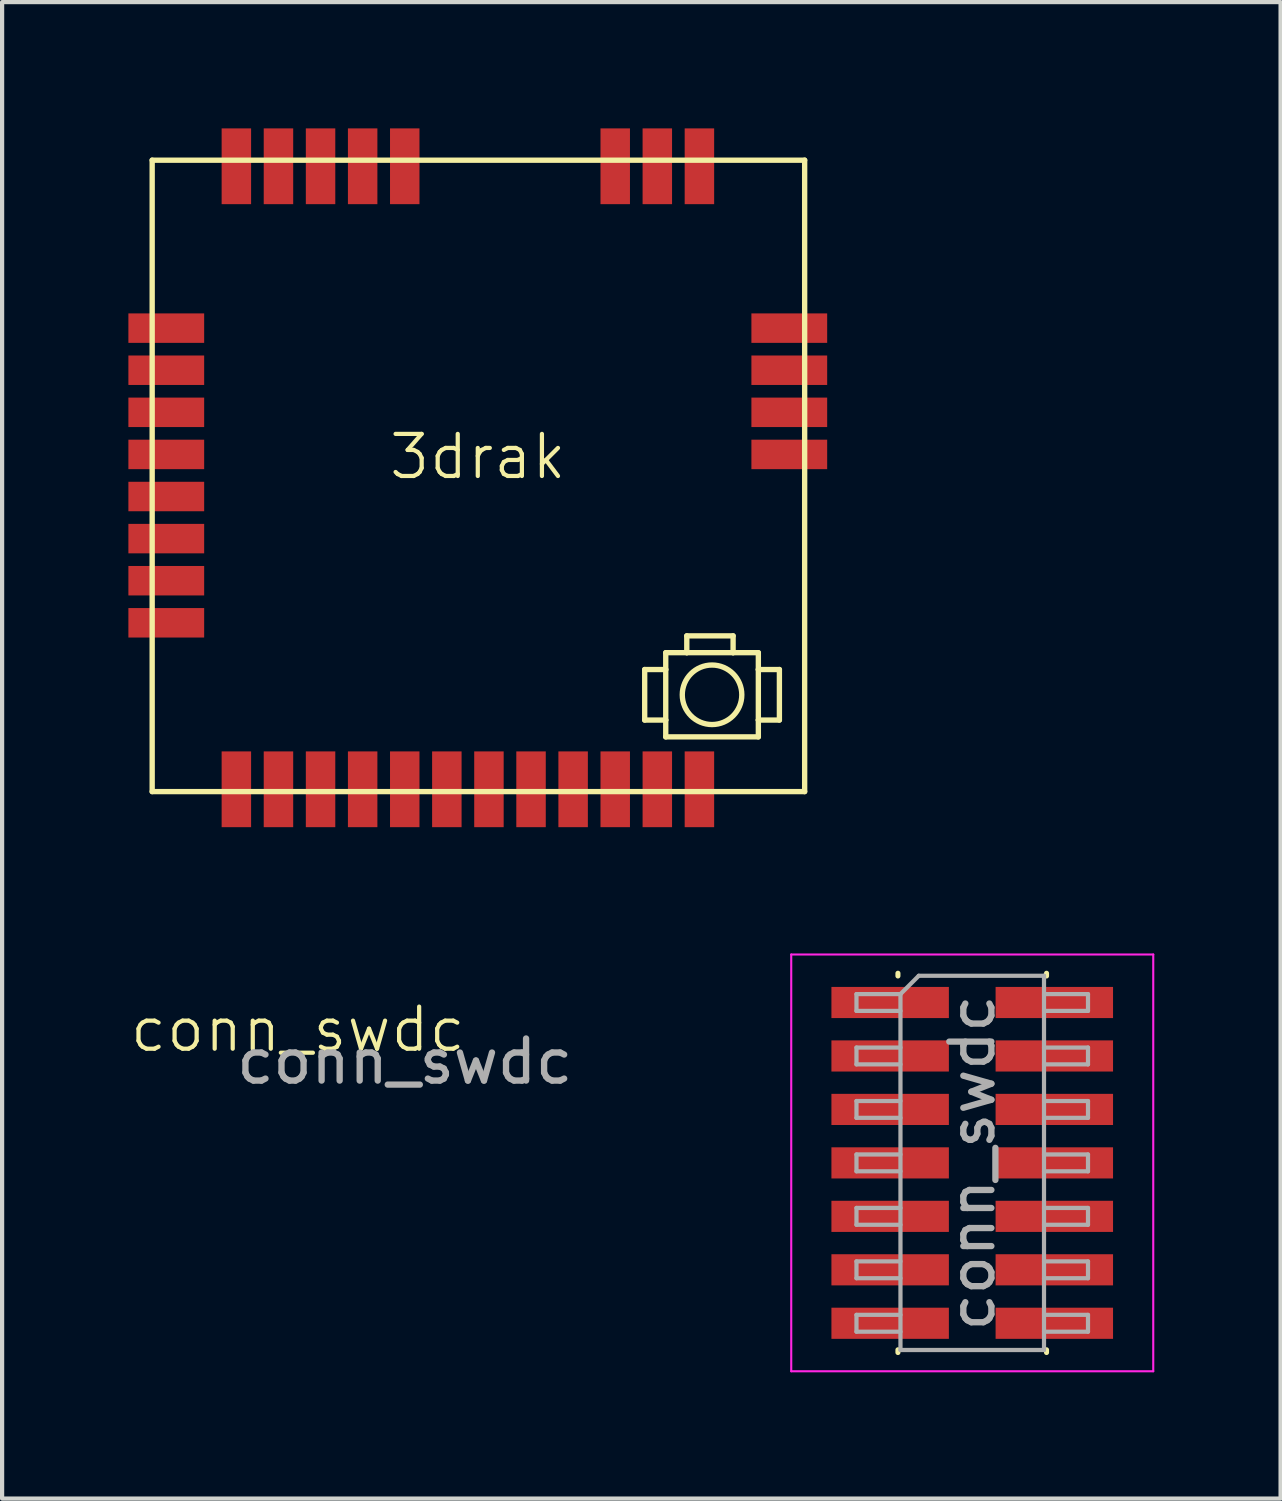
<source format=kicad_pcb>
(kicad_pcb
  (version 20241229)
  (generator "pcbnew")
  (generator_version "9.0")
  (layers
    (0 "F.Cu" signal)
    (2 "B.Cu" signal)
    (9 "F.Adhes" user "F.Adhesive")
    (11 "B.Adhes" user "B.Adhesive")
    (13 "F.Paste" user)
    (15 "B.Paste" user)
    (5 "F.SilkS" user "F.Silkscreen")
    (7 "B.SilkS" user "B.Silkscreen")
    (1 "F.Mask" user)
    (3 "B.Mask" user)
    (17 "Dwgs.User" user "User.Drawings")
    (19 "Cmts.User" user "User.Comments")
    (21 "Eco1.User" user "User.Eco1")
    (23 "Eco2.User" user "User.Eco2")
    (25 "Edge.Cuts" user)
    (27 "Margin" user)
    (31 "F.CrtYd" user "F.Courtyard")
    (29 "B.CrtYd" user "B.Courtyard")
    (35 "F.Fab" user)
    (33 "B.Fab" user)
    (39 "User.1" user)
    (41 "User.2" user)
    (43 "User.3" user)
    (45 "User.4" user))
  (footprint "conn_swdc"
    (layer "F.Cu")
    (at 14.186 27.245)
    (property "Reference" "conn_swdc" (at -10.16 -5.84 0) (unlocked yes) (layer "F.SilkS") (effects (font (size 1 1) (thickness 0.1))))
    (attr smd)
    (fp_line (start 4.095 -7.175) (end 4.095 -7.11) (stroke (width 0.12) (type solid)) (layer "F.SilkS"))
    (fp_line (start 4.095 1.77) (end 4.095 1.835) (stroke (width 0.12) (type solid)) (layer "F.SilkS"))
    (fp_line (start 7.625 -7.175) (end 7.625 -7.11) (stroke (width 0.12) (type solid)) (layer "F.SilkS"))
    (fp_line (start 7.625 1.77) (end 7.625 1.835) (stroke (width 0.12) (type solid)) (layer "F.SilkS"))
    (fp_line (start 1.56 -7.62) (end 1.56 2.28) (stroke (width 0.05) (type solid)) (layer "F.CrtYd"))
    (fp_line (start 1.56 2.28) (end 10.16 2.28) (stroke (width 0.05) (type solid)) (layer "F.CrtYd"))
    (fp_line (start 10.16 -7.62) (end 1.56 -7.62) (stroke (width 0.05) (type solid)) (layer "F.CrtYd"))
    (fp_line (start 10.16 2.28) (end 10.16 -7.62) (stroke (width 0.05) (type solid)) (layer "F.CrtYd"))
    (fp_line (start 3.11 -6.68) (end 3.11 -6.28) (stroke (width 0.1) (type solid)) (layer "F.Fab"))
    (fp_line (start 3.11 -6.28) (end 4.155 -6.28) (stroke (width 0.1) (type solid)) (layer "F.Fab"))
    (fp_line (start 3.11 -5.41) (end 3.11 -5.01) (stroke (width 0.1) (type solid)) (layer "F.Fab"))
    (fp_line (start 3.11 -5.01) (end 4.155 -5.01) (stroke (width 0.1) (type solid)) (layer "F.Fab"))
    (fp_line (start 3.11 -4.14) (end 3.11 -3.74) (stroke (width 0.1) (type solid)) (layer "F.Fab"))
    (fp_line (start 3.11 -3.74) (end 4.155 -3.74) (stroke (width 0.1) (type solid)) (layer "F.Fab"))
    (fp_line (start 3.11 -2.87) (end 3.11 -2.47) (stroke (width 0.1) (type solid)) (layer "F.Fab"))
    (fp_line (start 3.11 -2.47) (end 4.155 -2.47) (stroke (width 0.1) (type solid)) (layer "F.Fab"))
    (fp_line (start 3.11 -1.6) (end 3.11 -1.2) (stroke (width 0.1) (type solid)) (layer "F.Fab"))
    (fp_line (start 3.11 -1.2) (end 4.155 -1.2) (stroke (width 0.1) (type solid)) (layer "F.Fab"))
    (fp_line (start 3.11 -0.33) (end 3.11 0.07) (stroke (width 0.1) (type solid)) (layer "F.Fab"))
    (fp_line (start 3.11 0.07) (end 4.155 0.07) (stroke (width 0.1) (type solid)) (layer "F.Fab"))
    (fp_line (start 3.11 0.94) (end 3.11 1.34) (stroke (width 0.1) (type solid)) (layer "F.Fab"))
    (fp_line (start 3.11 1.34) (end 4.155 1.34) (stroke (width 0.1) (type solid)) (layer "F.Fab"))
    (fp_line (start 4.155 -6.68) (end 3.11 -6.68) (stroke (width 0.1) (type solid)) (layer "F.Fab"))
    (fp_line (start 4.155 -6.68) (end 4.59 -7.115) (stroke (width 0.1) (type solid)) (layer "F.Fab"))
    (fp_line (start 4.155 -5.41) (end 3.11 -5.41) (stroke (width 0.1) (type solid)) (layer "F.Fab"))
    (fp_line (start 4.155 -4.14) (end 3.11 -4.14) (stroke (width 0.1) (type solid)) (layer "F.Fab"))
    (fp_line (start 4.155 -2.87) (end 3.11 -2.87) (stroke (width 0.1) (type solid)) (layer "F.Fab"))
    (fp_line (start 4.155 -1.6) (end 3.11 -1.6) (stroke (width 0.1) (type solid)) (layer "F.Fab"))
    (fp_line (start 4.155 -0.33) (end 3.11 -0.33) (stroke (width 0.1) (type solid)) (layer "F.Fab"))
    (fp_line (start 4.155 0.94) (end 3.11 0.94) (stroke (width 0.1) (type solid)) (layer "F.Fab"))
    (fp_line (start 4.155 1.775) (end 4.155 -6.68) (stroke (width 0.1) (type solid)) (layer "F.Fab"))
    (fp_line (start 4.59 -7.115) (end 7.565 -7.115) (stroke (width 0.1) (type solid)) (layer "F.Fab"))
    (fp_line (start 7.565 -7.115) (end 7.565 1.775) (stroke (width 0.1) (type solid)) (layer "F.Fab"))
    (fp_line (start 7.565 -6.68) (end 8.61 -6.68) (stroke (width 0.1) (type solid)) (layer "F.Fab"))
    (fp_line (start 7.565 -5.41) (end 8.61 -5.41) (stroke (width 0.1) (type solid)) (layer "F.Fab"))
    (fp_line (start 7.565 -4.14) (end 8.61 -4.14) (stroke (width 0.1) (type solid)) (layer "F.Fab"))
    (fp_line (start 7.565 -2.87) (end 8.61 -2.87) (stroke (width 0.1) (type solid)) (layer "F.Fab"))
    (fp_line (start 7.565 -1.6) (end 8.61 -1.6) (stroke (width 0.1) (type solid)) (layer "F.Fab"))
    (fp_line (start 7.565 -0.33) (end 8.61 -0.33) (stroke (width 0.1) (type solid)) (layer "F.Fab"))
    (fp_line (start 7.565 0.94) (end 8.61 0.94) (stroke (width 0.1) (type solid)) (layer "F.Fab"))
    (fp_line (start 7.565 1.775) (end 4.155 1.775) (stroke (width 0.1) (type solid)) (layer "F.Fab"))
    (fp_line (start 8.61 -6.68) (end 8.61 -6.28) (stroke (width 0.1) (type solid)) (layer "F.Fab"))
    (fp_line (start 8.61 -6.28) (end 7.565 -6.28) (stroke (width 0.1) (type solid)) (layer "F.Fab"))
    (fp_line (start 8.61 -5.41) (end 8.61 -5.01) (stroke (width 0.1) (type solid)) (layer "F.Fab"))
    (fp_line (start 8.61 -5.01) (end 7.565 -5.01) (stroke (width 0.1) (type solid)) (layer "F.Fab"))
    (fp_line (start 8.61 -4.14) (end 8.61 -3.74) (stroke (width 0.1) (type solid)) (layer "F.Fab"))
    (fp_line (start 8.61 -3.74) (end 7.565 -3.74) (stroke (width 0.1) (type solid)) (layer "F.Fab"))
    (fp_line (start 8.61 -2.87) (end 8.61 -2.47) (stroke (width 0.1) (type solid)) (layer "F.Fab"))
    (fp_line (start 8.61 -2.47) (end 7.565 -2.47) (stroke (width 0.1) (type solid)) (layer "F.Fab"))
    (fp_line (start 8.61 -1.6) (end 8.61 -1.2) (stroke (width 0.1) (type solid)) (layer "F.Fab"))
    (fp_line (start 8.61 -1.2) (end 7.565 -1.2) (stroke (width 0.1) (type solid)) (layer "F.Fab"))
    (fp_line (start 8.61 -0.33) (end 8.61 0.07) (stroke (width 0.1) (type solid)) (layer "F.Fab"))
    (fp_line (start 8.61 0.07) (end 7.565 0.07) (stroke (width 0.1) (type solid)) (layer "F.Fab"))
    (fp_line (start 8.61 0.94) (end 8.61 1.34) (stroke (width 0.1) (type solid)) (layer "F.Fab"))
    (fp_line (start 8.61 1.34) (end 7.565 1.34) (stroke (width 0.1) (type solid)) (layer "F.Fab"))
    (fp_text user "${REFERENCE}" (at -7.62 -5.08 0) (unlocked yes) (layer "F.Fab") (effects (font (size 1 1) (thickness 0.15))))
    (fp_text user "${REFERENCE}" (at 5.86 -2.67 90) (layer "F.Fab") (effects (font (size 1 1) (thickness 0.15))))
    (pad "1" smd rect (at 3.91 -6.48) (size 2.79 0.74) (layers "F.Cu" "F.Mask" "F.Paste"))
    (pad "2" smd rect (at 7.81 -6.48) (size 2.79 0.74) (layers "F.Cu" "F.Mask" "F.Paste"))
    (pad "3" smd rect (at 3.91 -5.21) (size 2.79 0.74) (layers "F.Cu" "F.Mask" "F.Paste"))
    (pad "4" smd rect (at 7.81 -5.21) (size 2.79 0.74) (layers "F.Cu" "F.Mask" "F.Paste"))
    (pad "5" smd rect (at 3.91 -3.94) (size 2.79 0.74) (layers "F.Cu" "F.Mask" "F.Paste"))
    (pad "6" smd rect (at 7.81 -3.94) (size 2.79 0.74) (layers "F.Cu" "F.Mask" "F.Paste"))
    (pad "7" smd rect (at 3.91 -2.67) (size 2.79 0.74) (layers "F.Cu" "F.Mask" "F.Paste"))
    (pad "8" smd rect (at 7.81 -2.67) (size 2.79 0.74) (layers "F.Cu" "F.Mask" "F.Paste"))
    (pad "9" smd rect (at 3.91 -1.4) (size 2.79 0.74) (layers "F.Cu" "F.Mask" "F.Paste"))
    (pad "10" smd rect (at 7.81 -1.4) (size 2.79 0.74) (layers "F.Cu" "F.Mask" "F.Paste"))
    (pad "11" smd rect (at 3.91 -0.13) (size 2.79 0.74) (layers "F.Cu" "F.Mask" "F.Paste"))
    (pad "12" smd rect (at 7.81 -0.13) (size 2.79 0.74) (layers "F.Cu" "F.Mask" "F.Paste"))
    (pad "13" smd rect (at 3.91 1.14) (size 2.79 0.74) (layers "F.Cu" "F.Mask" "F.Paste"))
    (pad "14" smd rect (at 7.81 1.14) (size 2.79 0.74) (layers "F.Cu" "F.Mask" "F.Paste")))
  (footprint "3drak"
    (layer "F.Cu")
    (at 8.3 8.3)
    (property "Reference" "3drak" (at 0 -0.5 0) (unlocked yes) (layer "F.SilkS") (effects (font (size 1 1) (thickness 0.1))))
    (attr smd)
    (fp_line (start -7.735 -7.545) (end -7.735 7.455) (stroke (width 0.127) (type solid)) (layer "F.SilkS"))
    (fp_line (start -7.735 7.455) (end 7.765 7.455) (stroke (width 0.127) (type solid)) (layer "F.SilkS"))
    (fp_line (start 3.965 4.555) (end 4.465 4.555) (stroke (width 0.127) (type solid)) (layer "F.SilkS"))
    (fp_line (start 3.965 5.755) (end 3.965 4.555) (stroke (width 0.127) (type solid)) (layer "F.SilkS"))
    (fp_line (start 3.965 5.755) (end 4.465 5.755) (stroke (width 0.127) (type solid)) (layer "F.SilkS"))
    (fp_line (start 4.465 4.155) (end 4.965 4.155) (stroke (width 0.127) (type solid)) (layer "F.SilkS"))
    (fp_line (start 4.465 4.555) (end 4.465 4.155) (stroke (width 0.127) (type solid)) (layer "F.SilkS"))
    (fp_line (start 4.465 5.755) (end 4.465 4.555) (stroke (width 0.127) (type solid)) (layer "F.SilkS"))
    (fp_line (start 4.465 6.155) (end 4.465 5.755) (stroke (width 0.127) (type solid)) (layer "F.SilkS"))
    (fp_line (start 4.965 3.755) (end 4.965 4.155) (stroke (width 0.127) (type solid)) (layer "F.SilkS"))
    (fp_line (start 4.965 4.155) (end 6.065 4.155) (stroke (width 0.127) (type solid)) (layer "F.SilkS"))
    (fp_line (start 6.065 3.755) (end 4.965 3.755) (stroke (width 0.127) (type solid)) (layer "F.SilkS"))
    (fp_line (start 6.065 3.755) (end 6.065 4.155) (stroke (width 0.127) (type solid)) (layer "F.SilkS"))
    (fp_line (start 6.065 4.155) (end 6.665 4.155) (stroke (width 0.127) (type solid)) (layer "F.SilkS"))
    (fp_line (start 6.665 4.155) (end 6.665 4.555) (stroke (width 0.127) (type solid)) (layer "F.SilkS"))
    (fp_line (start 6.665 4.555) (end 6.665 5.755) (stroke (width 0.127) (type solid)) (layer "F.SilkS"))
    (fp_line (start 6.665 4.555) (end 7.165 4.555) (stroke (width 0.127) (type solid)) (layer "F.SilkS"))
    (fp_line (start 6.665 5.755) (end 6.665 6.155) (stroke (width 0.127) (type solid)) (layer "F.SilkS"))
    (fp_line (start 6.665 6.155) (end 4.465 6.155) (stroke (width 0.127) (type solid)) (layer "F.SilkS"))
    (fp_line (start 7.165 4.555) (end 7.165 5.755) (stroke (width 0.127) (type solid)) (layer "F.SilkS"))
    (fp_line (start 7.165 5.755) (end 6.665 5.755) (stroke (width 0.127) (type solid)) (layer "F.SilkS"))
    (fp_line (start 7.765 -7.545) (end -7.735 -7.545) (stroke (width 0.127) (type solid)) (layer "F.SilkS"))
    (fp_line (start 7.765 7.455) (end 7.765 -7.545) (stroke (width 0.127) (type solid)) (layer "F.SilkS"))
    (fp_circle (center 5.565 5.155) (end 4.858 5.155) (stroke (width 0.127) (type solid)) (fill no) (layer "F.SilkS"))
    (pad "1" smd rect (at -5.735 7.4 270) (size 1.8 0.7) (layers "F.Cu" "F.Mask" "F.Paste"))
    (pad "2" smd rect (at -4.735 7.4 270) (size 1.8 0.7) (layers "F.Cu" "F.Mask" "F.Paste"))
    (pad "3" smd rect (at -3.735 7.4 270) (size 1.8 0.7) (layers "F.Cu" "F.Mask" "F.Paste"))
    (pad "4" smd rect (at -2.735 7.4 270) (size 1.8 0.7) (layers "F.Cu" "F.Mask" "F.Paste"))
    (pad "5" smd rect (at -1.735 7.4 270) (size 1.8 0.7) (layers "F.Cu" "F.Mask" "F.Paste"))
    (pad "6" smd rect (at -0.735 7.4 270) (size 1.8 0.7) (layers "F.Cu" "F.Mask" "F.Paste"))
    (pad "7" smd rect (at 0.265 7.4 270) (size 1.8 0.7) (layers "F.Cu" "F.Mask" "F.Paste"))
    (pad "8" smd rect (at 1.265 7.4 270) (size 1.8 0.7) (layers "F.Cu" "F.Mask" "F.Paste"))
    (pad "9" smd rect (at 2.265 7.4 270) (size 1.8 0.7) (layers "F.Cu" "F.Mask" "F.Paste"))
    (pad "10" smd rect (at 3.265 7.4 270) (size 1.8 0.7) (layers "F.Cu" "F.Mask" "F.Paste"))
    (pad "11" smd rect (at 4.265 7.4 270) (size 1.8 0.7) (layers "F.Cu" "F.Mask" "F.Paste"))
    (pad "12" smd rect (at 5.265 7.4 270) (size 1.8 0.7) (layers "F.Cu" "F.Mask" "F.Paste"))
    (pad "13" smd rect (at 7.4 -0.555) (size 1.8 0.7) (layers "F.Cu" "F.Mask" "F.Paste"))
    (pad "14" smd rect (at 7.4 -1.555) (size 1.8 0.7) (layers "F.Cu" "F.Mask" "F.Paste"))
    (pad "15" smd rect (at 7.4 -2.555) (size 1.8 0.7) (layers "F.Cu" "F.Mask" "F.Paste"))
    (pad "16" smd rect (at 7.4 -3.555) (size 1.8 0.7) (layers "F.Cu" "F.Mask" "F.Paste"))
    (pad "17" smd rect (at 5.265 -7.4 270) (size 1.8 0.7) (layers "F.Cu" "F.Mask" "F.Paste"))
    (pad "18" smd rect (at 4.265 -7.4 270) (size 1.8 0.7) (layers "F.Cu" "F.Mask" "F.Paste"))
    (pad "19" smd rect (at 3.265 -7.4 270) (size 1.8 0.7) (layers "F.Cu" "F.Mask" "F.Paste"))
    (pad "20" smd rect (at -1.735 -7.4 270) (size 1.8 0.7) (layers "F.Cu" "F.Mask" "F.Paste"))
    (pad "21" smd rect (at -2.735 -7.4 270) (size 1.8 0.7) (layers "F.Cu" "F.Mask" "F.Paste"))
    (pad "22" smd rect (at -3.735 -7.4 270) (size 1.8 0.7) (layers "F.Cu" "F.Mask" "F.Paste"))
    (pad "23" smd rect (at -4.735 -7.4 270) (size 1.8 0.7) (layers "F.Cu" "F.Mask" "F.Paste"))
    (pad "24" smd rect (at -5.735 -7.4 270) (size 1.8 0.7) (layers "F.Cu" "F.Mask" "F.Paste"))
    (pad "25" smd rect (at -7.4 -3.555) (size 1.8 0.7) (layers "F.Cu" "F.Mask" "F.Paste"))
    (pad "26" smd rect (at -7.4 -2.555) (size 1.8 0.7) (layers "F.Cu" "F.Mask" "F.Paste"))
    (pad "27" smd rect (at -7.4 -1.555) (size 1.8 0.7) (layers "F.Cu" "F.Mask" "F.Paste"))
    (pad "28" smd rect (at -7.4 -0.555) (size 1.8 0.7) (layers "F.Cu" "F.Mask" "F.Paste"))
    (pad "29" smd rect (at -7.4 0.445) (size 1.8 0.7) (layers "F.Cu" "F.Mask" "F.Paste"))
    (pad "30" smd rect (at -7.4 1.445) (size 1.8 0.7) (layers "F.Cu" "F.Mask" "F.Paste"))
    (pad "31" smd rect (at -7.4 2.445) (size 1.8 0.7) (layers "F.Cu" "F.Mask" "F.Paste"))
    (pad "32" smd rect (at -7.4 3.445) (size 1.8 0.7) (layers "F.Cu" "F.Mask" "F.Paste")))
  (gr_rect
    (start -3 -3)
    (end 27.371 32.55)
    (stroke (width 0.1) (type default))
    (fill no)
    (layer "Edge.Cuts")))
</source>
